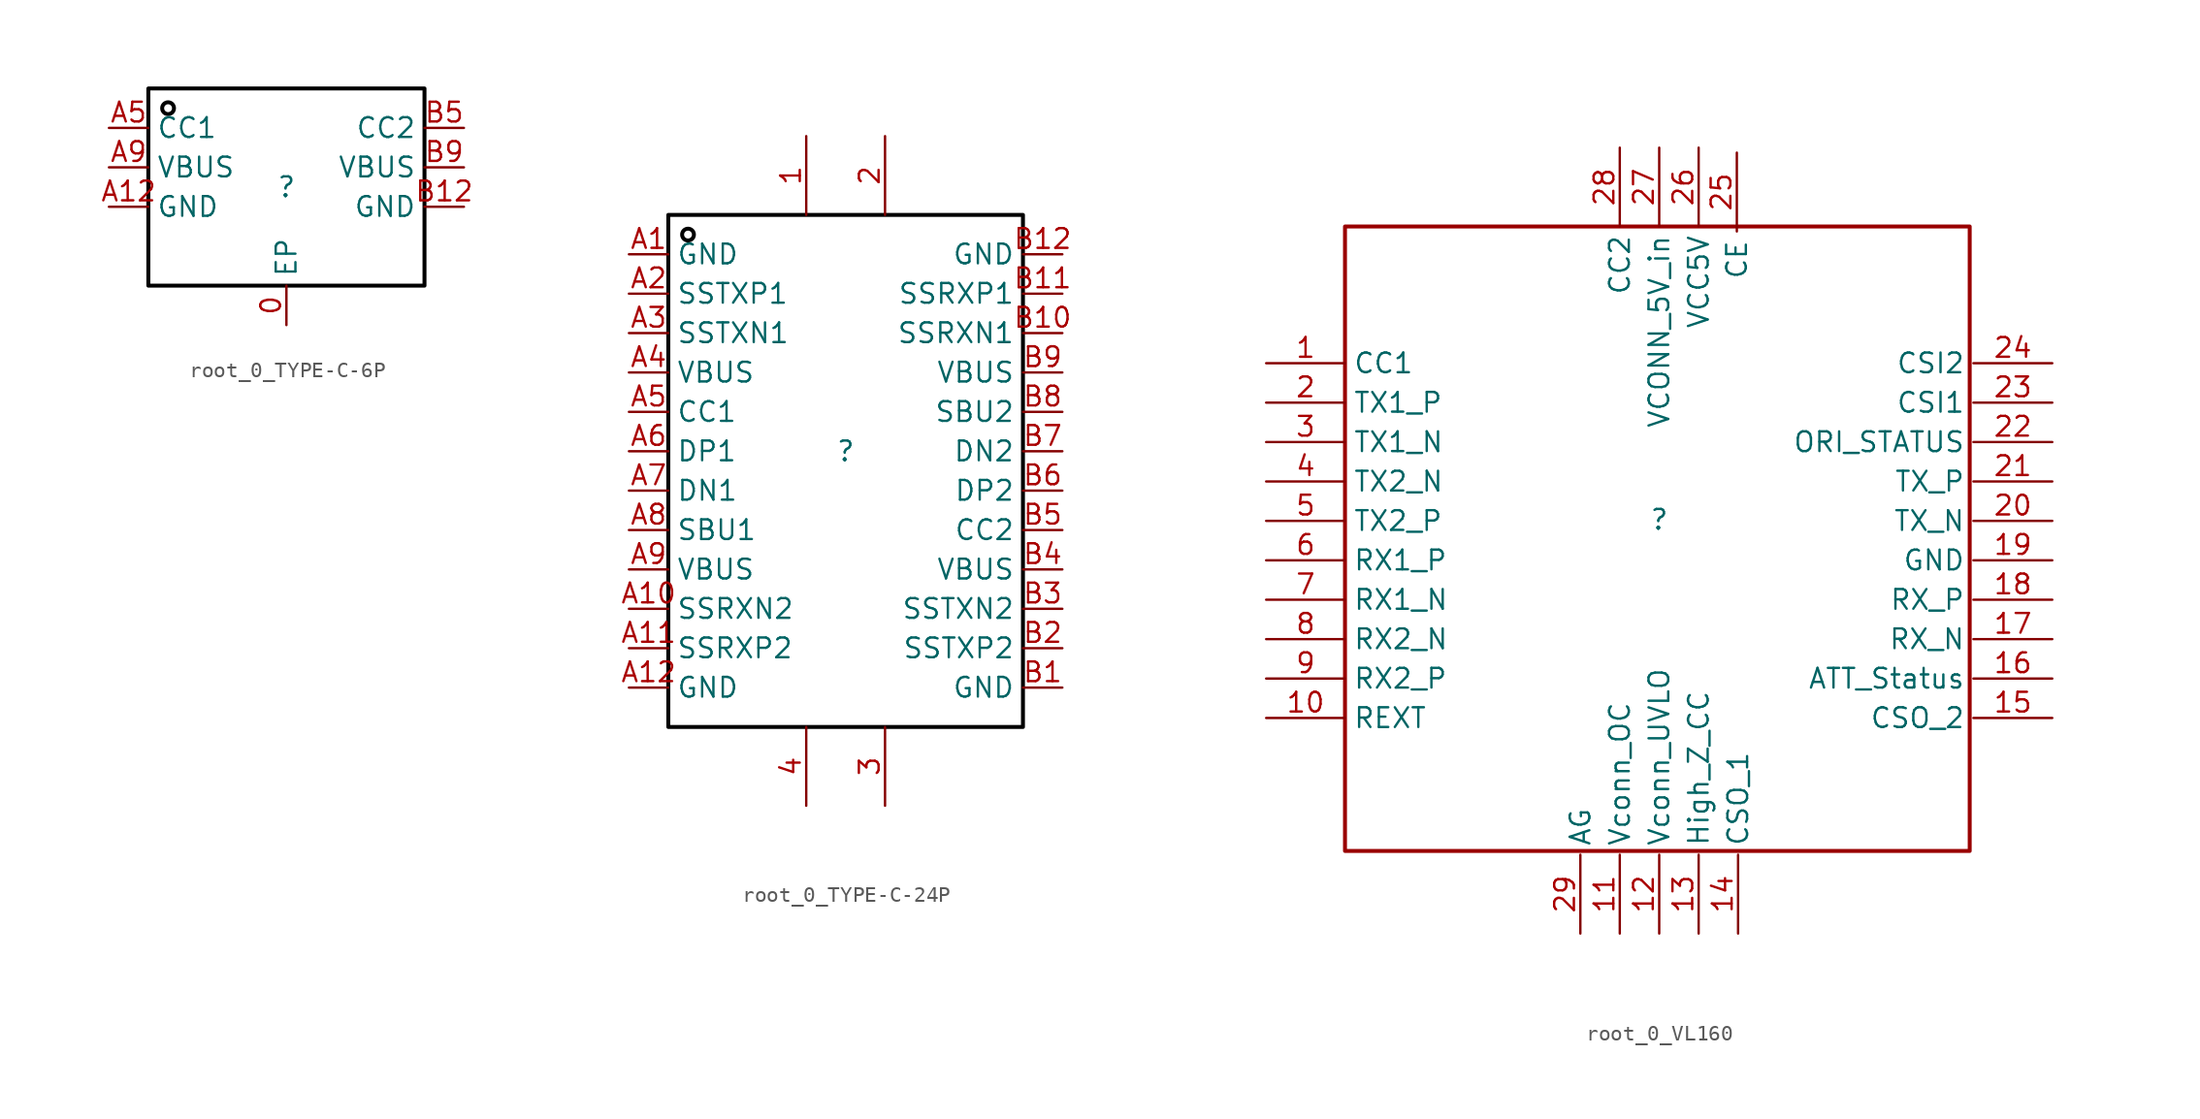
<source format=kicad_sym>
(kicad_symbol_lib
  (version 20231120)
  (generator "kicad_symbol_editor")
  (generator_version "8.0")
  (symbol "root_0_TYPE-C-6P"
    (property "Reference" ""
      (at 0 0 0)
      (effects (font (size 1.27 1.27))))
    (property "Value" ""
      (at 0 0 0)
      (effects (font (size 1.27 1.27))))
    (symbol "root_0_TYPE-C-6P_1_0"
      (rectangle (start -8.89 6.35) (end 8.89 -6.35) (stroke (width 0.254) (type solid) (color 0 0 0 1)) (fill (type none)))
      (circle (center -7.62 5.08) (radius 0.381) (stroke (width 0.254) (type solid) (color 0 0 0 1)) (fill (type none)))
      (pin passive line (at 0 -8.89 90) (length 2.54) (name "EP" (effects (font (size 1.27 1.27)))) (number "0" (effects (font (size 1.27 1.27)))))
      (pin passive line (at -11.43 -1.27 0) (length 2.54) (name "GND" (effects (font (size 1.27 1.27)))) (number "A12" (effects (font (size 1.27 1.27)))))
      (pin passive line (at -11.43 3.81 0) (length 2.54) (name "CC1" (effects (font (size 1.27 1.27)))) (number "A5" (effects (font (size 1.27 1.27)))))
      (pin passive line (at -11.43 1.27 0) (length 2.54) (name "VBUS" (effects (font (size 1.27 1.27)))) (number "A9" (effects (font (size 1.27 1.27)))))
      (pin passive line (at 11.43 -1.27 180) (length 2.54) (name "GND" (effects (font (size 1.27 1.27)))) (number "B12" (effects (font (size 1.27 1.27)))))
      (pin passive line (at 11.43 3.81 180) (length 2.54) (name "CC2" (effects (font (size 1.27 1.27)))) (number "B5" (effects (font (size 1.27 1.27)))))
      (pin passive line (at 11.43 1.27 180) (length 2.54) (name "VBUS" (effects (font (size 1.27 1.27)))) (number "B9" (effects (font (size 1.27 1.27)))))))
  (symbol "root_0_TYPE-C-24P"
    (property "Reference" ""
      (at 0 0 0)
      (effects (font (size 1.27 1.27))))
    (property "Value" ""
      (at 0 0 0)
      (effects (font (size 1.27 1.27))))
    (symbol "root_0_TYPE-C-24P_1_0"
      (rectangle (start -11.43 15.24) (end 11.43 -17.78) (stroke (width 0.254) (type solid) (color 0 0 0 1)) (fill (type none)))
      (circle (center -10.16 13.97) (radius 0.381) (stroke (width 0.254) (type solid) (color 0 0 0 1)) (fill (type none)))
      (pin passive line (at -2.54 20.32 270) (length 5.08) (name "1" (effects (font (size 0 0)))) (number "1" (effects (font (size 1.27 1.27)))))
      (pin passive line (at 2.54 20.32 270) (length 5.08) (name "2" (effects (font (size 0 0)))) (number "2" (effects (font (size 1.27 1.27)))))
      (pin passive line (at 2.54 -22.86 90) (length 5.08) (name "3" (effects (font (size 0 0)))) (number "3" (effects (font (size 1.27 1.27)))))
      (pin passive line (at -2.54 -22.86 90) (length 5.08) (name "4" (effects (font (size 0 0)))) (number "4" (effects (font (size 1.27 1.27)))))
      (pin passive line (at -13.97 12.7 0) (length 2.54) (name "GND" (effects (font (size 1.27 1.27)))) (number "A1" (effects (font (size 1.27 1.27)))))
      (pin passive line (at -13.97 -10.16 0) (length 2.54) (name "SSRXN2" (effects (font (size 1.27 1.27)))) (number "A10" (effects (font (size 1.27 1.27)))))
      (pin passive line (at -13.97 -12.7 0) (length 2.54) (name "SSRXP2" (effects (font (size 1.27 1.27)))) (number "A11" (effects (font (size 1.27 1.27)))))
      (pin passive line (at -13.97 -15.24 0) (length 2.54) (name "GND" (effects (font (size 1.27 1.27)))) (number "A12" (effects (font (size 1.27 1.27)))))
      (pin passive line (at -13.97 10.16 0) (length 2.54) (name "SSTXP1" (effects (font (size 1.27 1.27)))) (number "A2" (effects (font (size 1.27 1.27)))))
      (pin passive line (at -13.97 7.62 0) (length 2.54) (name "SSTXN1" (effects (font (size 1.27 1.27)))) (number "A3" (effects (font (size 1.27 1.27)))))
      (pin passive line (at -13.97 5.08 0) (length 2.54) (name "VBUS" (effects (font (size 1.27 1.27)))) (number "A4" (effects (font (size 1.27 1.27)))))
      (pin passive line (at -13.97 2.54 0) (length 2.54) (name "CC1" (effects (font (size 1.27 1.27)))) (number "A5" (effects (font (size 1.27 1.27)))))
      (pin passive line (at -13.97 0 0) (length 2.54) (name "DP1" (effects (font (size 1.27 1.27)))) (number "A6" (effects (font (size 1.27 1.27)))))
      (pin passive line (at -13.97 -2.54 0) (length 2.54) (name "DN1" (effects (font (size 1.27 1.27)))) (number "A7" (effects (font (size 1.27 1.27)))))
      (pin passive line (at -13.97 -5.08 0) (length 2.54) (name "SBU1" (effects (font (size 1.27 1.27)))) (number "A8" (effects (font (size 1.27 1.27)))))
      (pin passive line (at -13.97 -7.62 0) (length 2.54) (name "VBUS" (effects (font (size 1.27 1.27)))) (number "A9" (effects (font (size 1.27 1.27)))))
      (pin passive line (at 13.97 -15.24 180) (length 2.54) (name "GND" (effects (font (size 1.27 1.27)))) (number "B1" (effects (font (size 1.27 1.27)))))
      (pin passive line (at 13.97 7.62 180) (length 2.54) (name "SSRXN1" (effects (font (size 1.27 1.27)))) (number "B10" (effects (font (size 1.27 1.27)))))
      (pin passive line (at 13.97 10.16 180) (length 2.54) (name "SSRXP1" (effects (font (size 1.27 1.27)))) (number "B11" (effects (font (size 1.27 1.27)))))
      (pin passive line (at 13.97 12.7 180) (length 2.54) (name "GND" (effects (font (size 1.27 1.27)))) (number "B12" (effects (font (size 1.27 1.27)))))
      (pin passive line (at 13.97 -12.7 180) (length 2.54) (name "SSTXP2" (effects (font (size 1.27 1.27)))) (number "B2" (effects (font (size 1.27 1.27)))))
      (pin passive line (at 13.97 -10.16 180) (length 2.54) (name "SSTXN2" (effects (font (size 1.27 1.27)))) (number "B3" (effects (font (size 1.27 1.27)))))
      (pin passive line (at 13.97 -7.62 180) (length 2.54) (name "VBUS" (effects (font (size 1.27 1.27)))) (number "B4" (effects (font (size 1.27 1.27)))))
      (pin passive line (at 13.97 -5.08 180) (length 2.54) (name "CC2" (effects (font (size 1.27 1.27)))) (number "B5" (effects (font (size 1.27 1.27)))))
      (pin passive line (at 13.97 -2.54 180) (length 2.54) (name "DP2" (effects (font (size 1.27 1.27)))) (number "B6" (effects (font (size 1.27 1.27)))))
      (pin passive line (at 13.97 0 180) (length 2.54) (name "DN2" (effects (font (size 1.27 1.27)))) (number "B7" (effects (font (size 1.27 1.27)))))
      (pin passive line (at 13.97 2.54 180) (length 2.54) (name "SBU2" (effects (font (size 1.27 1.27)))) (number "B8" (effects (font (size 1.27 1.27)))))
      (pin passive line (at 13.97 5.08 180) (length 2.54) (name "VBUS" (effects (font (size 1.27 1.27)))) (number "B9" (effects (font (size 1.27 1.27)))))))
  (symbol "root_0_VL160"
    (property "Reference" ""
      (at 0 0 0)
      (effects (font (size 1.27 1.27))))
    (property "Value" ""
      (at 0 0 0)
      (effects (font (size 1.27 1.27))))
    (symbol "root_0_VL160_1_0"
      (rectangle (start -20.24 18.89) (end 20 -21.35) (stroke (width 0.254) (type solid) (color 153 0 0 1)) (fill (type none)))
      (pin passive line (at -25.32 10.08 0) (length 5.08) (name "CC1" (effects (font (size 1.27 1.27)))) (number "1" (effects (font (size 1.27 1.27)))))
      (pin passive line (at -25.32 -12.78 0) (length 5.08) (name "REXT" (effects (font (size 1.27 1.27)))) (number "10" (effects (font (size 1.27 1.27)))))
      (pin passive line (at -2.54 -26.67 90) (length 5.08) (name "Vconn_OC" (effects (font (size 1.27 1.27)))) (number "11" (effects (font (size 1.27 1.27)))))
      (pin passive line (at 0 -26.67 90) (length 5.08) (name "Vconn_UVLO" (effects (font (size 1.27 1.27)))) (number "12" (effects (font (size 1.27 1.27)))))
      (pin passive line (at 2.54 -26.67 90) (length 5.08) (name "High_Z_CC" (effects (font (size 1.27 1.27)))) (number "13" (effects (font (size 1.27 1.27)))))
      (pin passive line (at 5.08 -26.67 90) (length 5.08) (name "CSO_1" (effects (font (size 1.27 1.27)))) (number "14" (effects (font (size 1.27 1.27)))))
      (pin passive line (at 25.32 -12.78 180) (length 5.08) (name "CSO_2" (effects (font (size 1.27 1.27)))) (number "15" (effects (font (size 1.27 1.27)))))
      (pin passive line (at 25.32 -10.24 180) (length 5.08) (name "ATT_Status" (effects (font (size 1.27 1.27)))) (number "16" (effects (font (size 1.27 1.27)))))
      (pin passive line (at 25.32 -7.7 180) (length 5.08) (name "RX_N" (effects (font (size 1.27 1.27)))) (number "17" (effects (font (size 1.27 1.27)))))
      (pin passive line (at 25.32 -5.16 180) (length 5.08) (name "RX_P" (effects (font (size 1.27 1.27)))) (number "18" (effects (font (size 1.27 1.27)))))
      (pin passive line (at 25.32 -2.62 180) (length 5.08) (name "GND" (effects (font (size 1.27 1.27)))) (number "19" (effects (font (size 1.27 1.27)))))
      (pin passive line (at -25.32 7.54 0) (length 5.08) (name "TX1_P" (effects (font (size 1.27 1.27)))) (number "2" (effects (font (size 1.27 1.27)))))
      (pin passive line (at 25.32 -0.08 180) (length 5.08) (name "TX_N" (effects (font (size 1.27 1.27)))) (number "20" (effects (font (size 1.27 1.27)))))
      (pin passive line (at 25.32 2.46 180) (length 5.08) (name "TX_P" (effects (font (size 1.27 1.27)))) (number "21" (effects (font (size 1.27 1.27)))))
      (pin passive line (at 25.32 5 180) (length 5.08) (name "ORI_STATUS" (effects (font (size 1.27 1.27)))) (number "22" (effects (font (size 1.27 1.27)))))
      (pin passive line (at 25.32 7.54 180) (length 5.08) (name "CSI1" (effects (font (size 1.27 1.27)))) (number "23" (effects (font (size 1.27 1.27)))))
      (pin passive line (at 25.32 10.08 180) (length 5.08) (name "CSI2" (effects (font (size 1.27 1.27)))) (number "24" (effects (font (size 1.27 1.27)))))
      (pin passive line (at 5 23.65 270) (length 5.08) (name "CE" (effects (font (size 1.27 1.27)))) (number "25" (effects (font (size 1.27 1.27)))))
      (pin passive line (at 2.54 23.97 270) (length 5.08) (name "VCC5V" (effects (font (size 1.27 1.27)))) (number "26" (effects (font (size 1.27 1.27)))))
      (pin passive line (at 0 23.97 270) (length 5.08) (name "VCONN_5V_in" (effects (font (size 1.27 1.27)))) (number "27" (effects (font (size 1.27 1.27)))))
      (pin passive line (at -2.54 23.97 270) (length 5.08) (name "CC2" (effects (font (size 1.27 1.27)))) (number "28" (effects (font (size 1.27 1.27)))))
      (pin passive line (at -5.08 -26.67 90) (length 5.08) (name "AG" (effects (font (size 1.27 1.27)))) (number "29" (effects (font (size 1.27 1.27)))))
      (pin passive line (at -25.32 5 0) (length 5.08) (name "TX1_N" (effects (font (size 1.27 1.27)))) (number "3" (effects (font (size 1.27 1.27)))))
      (pin passive line (at -25.32 2.46 0) (length 5.08) (name "TX2_N" (effects (font (size 1.27 1.27)))) (number "4" (effects (font (size 1.27 1.27)))))
      (pin passive line (at -25.32 -0.08 0) (length 5.08) (name "TX2_P" (effects (font (size 1.27 1.27)))) (number "5" (effects (font (size 1.27 1.27)))))
      (pin passive line (at -25.32 -2.62 0) (length 5.08) (name "RX1_P" (effects (font (size 1.27 1.27)))) (number "6" (effects (font (size 1.27 1.27)))))
      (pin passive line (at -25.32 -5.16 0) (length 5.08) (name "RX1_N" (effects (font (size 1.27 1.27)))) (number "7" (effects (font (size 1.27 1.27)))))
      (pin passive line (at -25.32 -7.7 0) (length 5.08) (name "RX2_N" (effects (font (size 1.27 1.27)))) (number "8" (effects (font (size 1.27 1.27)))))
      (pin passive line (at -25.32 -10.24 0) (length 5.08) (name "RX2_P" (effects (font (size 1.27 1.27)))) (number "9" (effects (font (size 1.27 1.27))))))))
</source>
